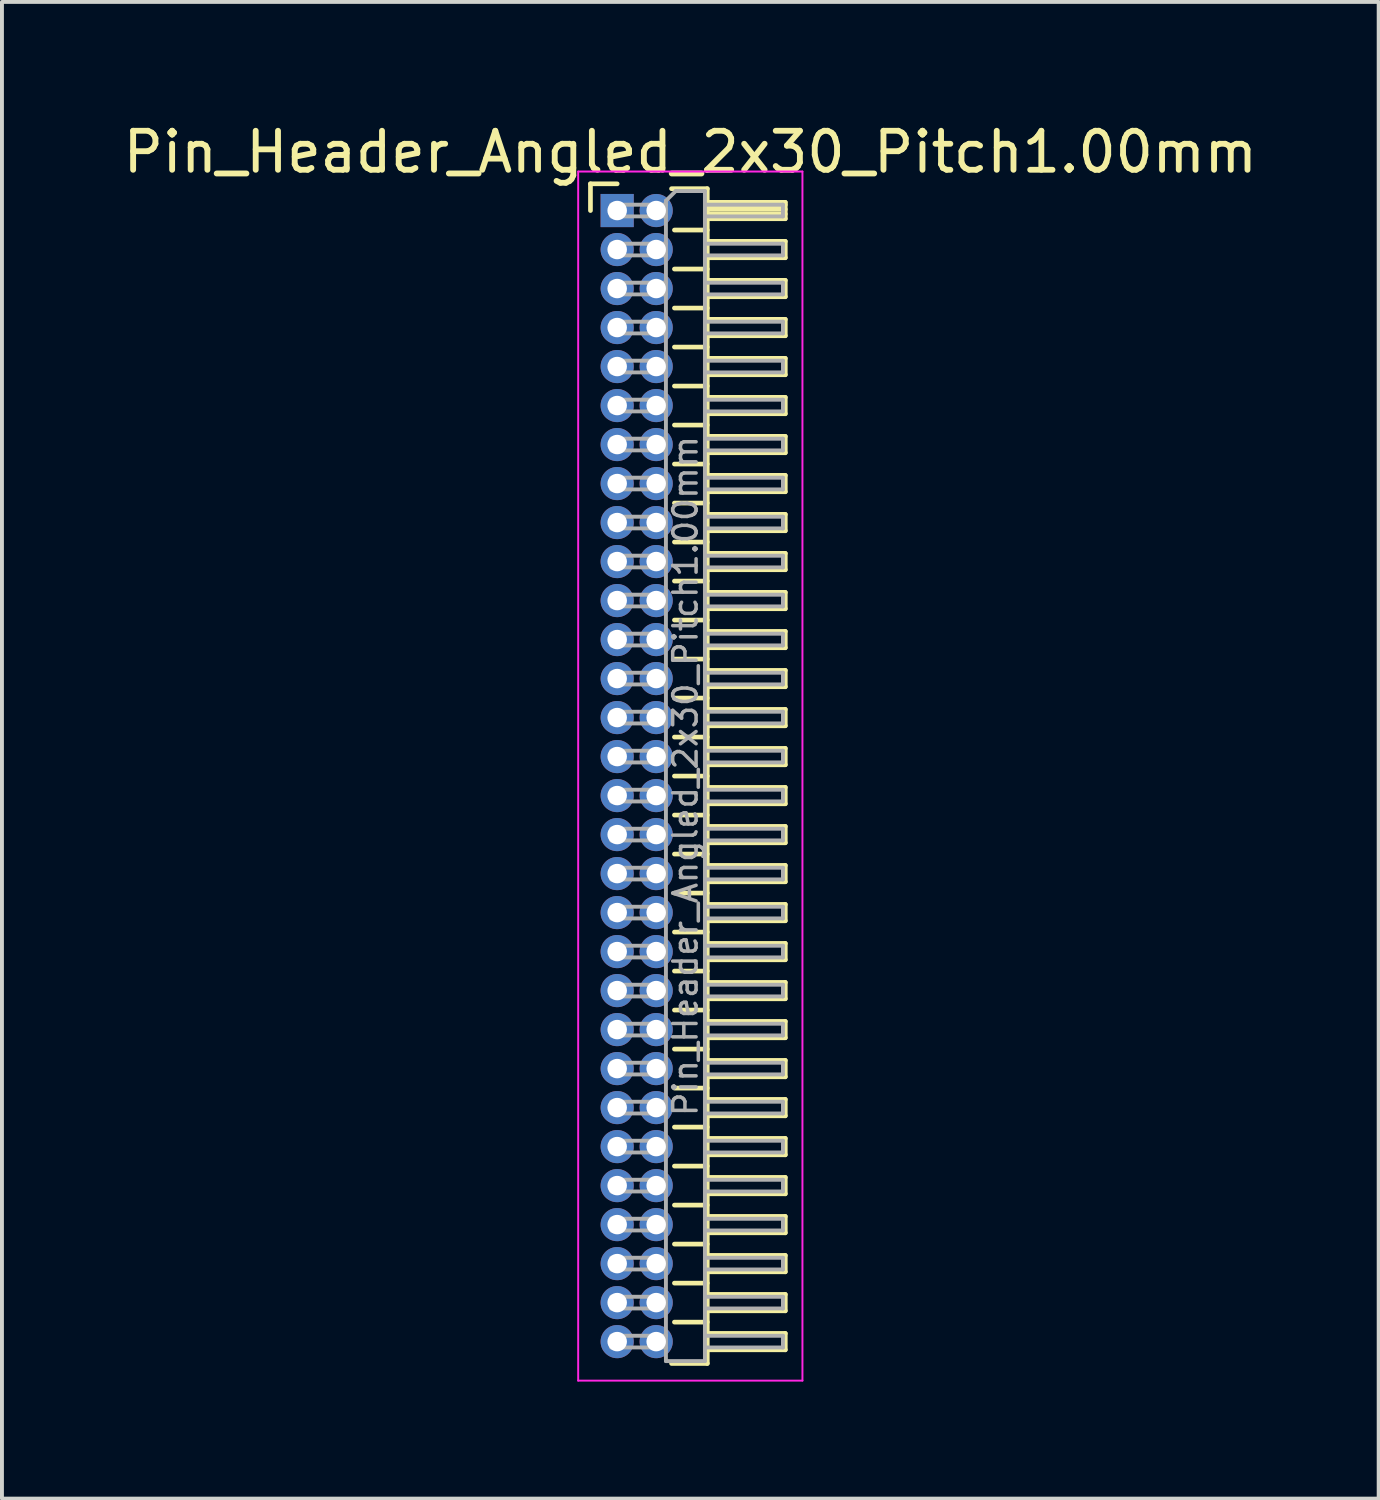
<source format=kicad_pcb>
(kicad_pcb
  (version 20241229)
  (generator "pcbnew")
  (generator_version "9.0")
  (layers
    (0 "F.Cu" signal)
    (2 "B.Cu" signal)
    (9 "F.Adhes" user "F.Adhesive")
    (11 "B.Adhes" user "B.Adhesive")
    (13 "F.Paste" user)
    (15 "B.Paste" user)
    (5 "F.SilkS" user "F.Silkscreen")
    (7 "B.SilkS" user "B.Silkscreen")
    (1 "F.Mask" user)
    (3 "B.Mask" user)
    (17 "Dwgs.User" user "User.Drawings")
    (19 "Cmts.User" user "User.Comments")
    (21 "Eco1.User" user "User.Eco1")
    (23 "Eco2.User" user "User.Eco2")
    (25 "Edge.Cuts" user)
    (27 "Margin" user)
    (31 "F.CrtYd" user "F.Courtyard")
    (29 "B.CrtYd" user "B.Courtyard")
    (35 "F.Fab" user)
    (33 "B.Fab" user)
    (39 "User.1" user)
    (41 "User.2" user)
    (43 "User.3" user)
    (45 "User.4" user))
  (footprint "Pin_Header_Angled_2x30_Pitch1.00mm"
    (layer "F.Cu")
    (at 12.774 2.348)
    (property "Reference" "Pin_Header_Angled_2x30_Pitch1.00mm" (at 1.875 -1.5 0) (layer "F.SilkS") (effects (font (size 1 1) (thickness 0.15))))
    (attr through_hole)
    (fp_line (start -0.685 -0.685) (end 0 -0.685) (stroke (width 0.12) (type solid)) (layer "F.SilkS"))
    (fp_line (start -0.685 0) (end -0.685 -0.685) (stroke (width 0.12) (type solid)) (layer "F.SilkS"))
    (fp_line (start 1.394 -0.56) (end 2.31 -0.56) (stroke (width 0.12) (type solid)) (layer "F.SilkS"))
    (fp_line (start 1.468 0.5) (end 2.31 0.5) (stroke (width 0.12) (type solid)) (layer "F.SilkS"))
    (fp_line (start 1.468 1.5) (end 2.31 1.5) (stroke (width 0.12) (type solid)) (layer "F.SilkS"))
    (fp_line (start 1.468 2.5) (end 2.31 2.5) (stroke (width 0.12) (type solid)) (layer "F.SilkS"))
    (fp_line (start 1.468 3.5) (end 2.31 3.5) (stroke (width 0.12) (type solid)) (layer "F.SilkS"))
    (fp_line (start 1.468 4.5) (end 2.31 4.5) (stroke (width 0.12) (type solid)) (layer "F.SilkS"))
    (fp_line (start 1.468 5.5) (end 2.31 5.5) (stroke (width 0.12) (type solid)) (layer "F.SilkS"))
    (fp_line (start 1.468 6.5) (end 2.31 6.5) (stroke (width 0.12) (type solid)) (layer "F.SilkS"))
    (fp_line (start 1.468 7.5) (end 2.31 7.5) (stroke (width 0.12) (type solid)) (layer "F.SilkS"))
    (fp_line (start 1.468 8.5) (end 2.31 8.5) (stroke (width 0.12) (type solid)) (layer "F.SilkS"))
    (fp_line (start 1.468 9.5) (end 2.31 9.5) (stroke (width 0.12) (type solid)) (layer "F.SilkS"))
    (fp_line (start 1.468 10.5) (end 2.31 10.5) (stroke (width 0.12) (type solid)) (layer "F.SilkS"))
    (fp_line (start 1.468 11.5) (end 2.31 11.5) (stroke (width 0.12) (type solid)) (layer "F.SilkS"))
    (fp_line (start 1.468 12.5) (end 2.31 12.5) (stroke (width 0.12) (type solid)) (layer "F.SilkS"))
    (fp_line (start 1.468 13.5) (end 2.31 13.5) (stroke (width 0.12) (type solid)) (layer "F.SilkS"))
    (fp_line (start 1.468 14.5) (end 2.31 14.5) (stroke (width 0.12) (type solid)) (layer "F.SilkS"))
    (fp_line (start 1.468 15.5) (end 2.31 15.5) (stroke (width 0.12) (type solid)) (layer "F.SilkS"))
    (fp_line (start 1.468 16.5) (end 2.31 16.5) (stroke (width 0.12) (type solid)) (layer "F.SilkS"))
    (fp_line (start 1.468 17.5) (end 2.31 17.5) (stroke (width 0.12) (type solid)) (layer "F.SilkS"))
    (fp_line (start 1.468 18.5) (end 2.31 18.5) (stroke (width 0.12) (type solid)) (layer "F.SilkS"))
    (fp_line (start 1.468 19.5) (end 2.31 19.5) (stroke (width 0.12) (type solid)) (layer "F.SilkS"))
    (fp_line (start 1.468 20.5) (end 2.31 20.5) (stroke (width 0.12) (type solid)) (layer "F.SilkS"))
    (fp_line (start 1.468 21.5) (end 2.31 21.5) (stroke (width 0.12) (type solid)) (layer "F.SilkS"))
    (fp_line (start 1.468 22.5) (end 2.31 22.5) (stroke (width 0.12) (type solid)) (layer "F.SilkS"))
    (fp_line (start 1.468 23.5) (end 2.31 23.5) (stroke (width 0.12) (type solid)) (layer "F.SilkS"))
    (fp_line (start 1.468 24.5) (end 2.31 24.5) (stroke (width 0.12) (type solid)) (layer "F.SilkS"))
    (fp_line (start 1.468 25.5) (end 2.31 25.5) (stroke (width 0.12) (type solid)) (layer "F.SilkS"))
    (fp_line (start 1.468 26.5) (end 2.31 26.5) (stroke (width 0.12) (type solid)) (layer "F.SilkS"))
    (fp_line (start 1.468 27.5) (end 2.31 27.5) (stroke (width 0.12) (type solid)) (layer "F.SilkS"))
    (fp_line (start 1.468 28.5) (end 2.31 28.5) (stroke (width 0.12) (type solid)) (layer "F.SilkS"))
    (fp_line (start 2.31 -0.56) (end 2.31 29.56) (stroke (width 0.12) (type solid)) (layer "F.SilkS"))
    (fp_line (start 2.31 -0.21) (end 4.31 -0.21) (stroke (width 0.12) (type solid)) (layer "F.SilkS"))
    (fp_line (start 2.31 -0.15) (end 4.31 -0.15) (stroke (width 0.12) (type solid)) (layer "F.SilkS"))
    (fp_line (start 2.31 -0.03) (end 4.31 -0.03) (stroke (width 0.12) (type solid)) (layer "F.SilkS"))
    (fp_line (start 2.31 0.09) (end 4.31 0.09) (stroke (width 0.12) (type solid)) (layer "F.SilkS"))
    (fp_line (start 2.31 0.79) (end 4.31 0.79) (stroke (width 0.12) (type solid)) (layer "F.SilkS"))
    (fp_line (start 2.31 1.79) (end 4.31 1.79) (stroke (width 0.12) (type solid)) (layer "F.SilkS"))
    (fp_line (start 2.31 2.79) (end 4.31 2.79) (stroke (width 0.12) (type solid)) (layer "F.SilkS"))
    (fp_line (start 2.31 3.79) (end 4.31 3.79) (stroke (width 0.12) (type solid)) (layer "F.SilkS"))
    (fp_line (start 2.31 4.79) (end 4.31 4.79) (stroke (width 0.12) (type solid)) (layer "F.SilkS"))
    (fp_line (start 2.31 5.79) (end 4.31 5.79) (stroke (width 0.12) (type solid)) (layer "F.SilkS"))
    (fp_line (start 2.31 6.79) (end 4.31 6.79) (stroke (width 0.12) (type solid)) (layer "F.SilkS"))
    (fp_line (start 2.31 7.79) (end 4.31 7.79) (stroke (width 0.12) (type solid)) (layer "F.SilkS"))
    (fp_line (start 2.31 8.79) (end 4.31 8.79) (stroke (width 0.12) (type solid)) (layer "F.SilkS"))
    (fp_line (start 2.31 9.79) (end 4.31 9.79) (stroke (width 0.12) (type solid)) (layer "F.SilkS"))
    (fp_line (start 2.31 10.79) (end 4.31 10.79) (stroke (width 0.12) (type solid)) (layer "F.SilkS"))
    (fp_line (start 2.31 11.79) (end 4.31 11.79) (stroke (width 0.12) (type solid)) (layer "F.SilkS"))
    (fp_line (start 2.31 12.79) (end 4.31 12.79) (stroke (width 0.12) (type solid)) (layer "F.SilkS"))
    (fp_line (start 2.31 13.79) (end 4.31 13.79) (stroke (width 0.12) (type solid)) (layer "F.SilkS"))
    (fp_line (start 2.31 14.79) (end 4.31 14.79) (stroke (width 0.12) (type solid)) (layer "F.SilkS"))
    (fp_line (start 2.31 15.79) (end 4.31 15.79) (stroke (width 0.12) (type solid)) (layer "F.SilkS"))
    (fp_line (start 2.31 16.79) (end 4.31 16.79) (stroke (width 0.12) (type solid)) (layer "F.SilkS"))
    (fp_line (start 2.31 17.79) (end 4.31 17.79) (stroke (width 0.12) (type solid)) (layer "F.SilkS"))
    (fp_line (start 2.31 18.79) (end 4.31 18.79) (stroke (width 0.12) (type solid)) (layer "F.SilkS"))
    (fp_line (start 2.31 19.79) (end 4.31 19.79) (stroke (width 0.12) (type solid)) (layer "F.SilkS"))
    (fp_line (start 2.31 20.79) (end 4.31 20.79) (stroke (width 0.12) (type solid)) (layer "F.SilkS"))
    (fp_line (start 2.31 21.79) (end 4.31 21.79) (stroke (width 0.12) (type solid)) (layer "F.SilkS"))
    (fp_line (start 2.31 22.79) (end 4.31 22.79) (stroke (width 0.12) (type solid)) (layer "F.SilkS"))
    (fp_line (start 2.31 23.79) (end 4.31 23.79) (stroke (width 0.12) (type solid)) (layer "F.SilkS"))
    (fp_line (start 2.31 24.79) (end 4.31 24.79) (stroke (width 0.12) (type solid)) (layer "F.SilkS"))
    (fp_line (start 2.31 25.79) (end 4.31 25.79) (stroke (width 0.12) (type solid)) (layer "F.SilkS"))
    (fp_line (start 2.31 26.79) (end 4.31 26.79) (stroke (width 0.12) (type solid)) (layer "F.SilkS"))
    (fp_line (start 2.31 27.79) (end 4.31 27.79) (stroke (width 0.12) (type solid)) (layer "F.SilkS"))
    (fp_line (start 2.31 28.79) (end 4.31 28.79) (stroke (width 0.12) (type solid)) (layer "F.SilkS"))
    (fp_line (start 2.31 29.56) (end 1.394 29.56) (stroke (width 0.12) (type solid)) (layer "F.SilkS"))
    (fp_line (start 4.31 -0.21) (end 4.31 0.21) (stroke (width 0.12) (type solid)) (layer "F.SilkS"))
    (fp_line (start 4.31 0.21) (end 2.31 0.21) (stroke (width 0.12) (type solid)) (layer "F.SilkS"))
    (fp_line (start 4.31 0.79) (end 4.31 1.21) (stroke (width 0.12) (type solid)) (layer "F.SilkS"))
    (fp_line (start 4.31 1.21) (end 2.31 1.21) (stroke (width 0.12) (type solid)) (layer "F.SilkS"))
    (fp_line (start 4.31 1.79) (end 4.31 2.21) (stroke (width 0.12) (type solid)) (layer "F.SilkS"))
    (fp_line (start 4.31 2.21) (end 2.31 2.21) (stroke (width 0.12) (type solid)) (layer "F.SilkS"))
    (fp_line (start 4.31 2.79) (end 4.31 3.21) (stroke (width 0.12) (type solid)) (layer "F.SilkS"))
    (fp_line (start 4.31 3.21) (end 2.31 3.21) (stroke (width 0.12) (type solid)) (layer "F.SilkS"))
    (fp_line (start 4.31 3.79) (end 4.31 4.21) (stroke (width 0.12) (type solid)) (layer "F.SilkS"))
    (fp_line (start 4.31 4.21) (end 2.31 4.21) (stroke (width 0.12) (type solid)) (layer "F.SilkS"))
    (fp_line (start 4.31 4.79) (end 4.31 5.21) (stroke (width 0.12) (type solid)) (layer "F.SilkS"))
    (fp_line (start 4.31 5.21) (end 2.31 5.21) (stroke (width 0.12) (type solid)) (layer "F.SilkS"))
    (fp_line (start 4.31 5.79) (end 4.31 6.21) (stroke (width 0.12) (type solid)) (layer "F.SilkS"))
    (fp_line (start 4.31 6.21) (end 2.31 6.21) (stroke (width 0.12) (type solid)) (layer "F.SilkS"))
    (fp_line (start 4.31 6.79) (end 4.31 7.21) (stroke (width 0.12) (type solid)) (layer "F.SilkS"))
    (fp_line (start 4.31 7.21) (end 2.31 7.21) (stroke (width 0.12) (type solid)) (layer "F.SilkS"))
    (fp_line (start 4.31 7.79) (end 4.31 8.21) (stroke (width 0.12) (type solid)) (layer "F.SilkS"))
    (fp_line (start 4.31 8.21) (end 2.31 8.21) (stroke (width 0.12) (type solid)) (layer "F.SilkS"))
    (fp_line (start 4.31 8.79) (end 4.31 9.21) (stroke (width 0.12) (type solid)) (layer "F.SilkS"))
    (fp_line (start 4.31 9.21) (end 2.31 9.21) (stroke (width 0.12) (type solid)) (layer "F.SilkS"))
    (fp_line (start 4.31 9.79) (end 4.31 10.21) (stroke (width 0.12) (type solid)) (layer "F.SilkS"))
    (fp_line (start 4.31 10.21) (end 2.31 10.21) (stroke (width 0.12) (type solid)) (layer "F.SilkS"))
    (fp_line (start 4.31 10.79) (end 4.31 11.21) (stroke (width 0.12) (type solid)) (layer "F.SilkS"))
    (fp_line (start 4.31 11.21) (end 2.31 11.21) (stroke (width 0.12) (type solid)) (layer "F.SilkS"))
    (fp_line (start 4.31 11.79) (end 4.31 12.21) (stroke (width 0.12) (type solid)) (layer "F.SilkS"))
    (fp_line (start 4.31 12.21) (end 2.31 12.21) (stroke (width 0.12) (type solid)) (layer "F.SilkS"))
    (fp_line (start 4.31 12.79) (end 4.31 13.21) (stroke (width 0.12) (type solid)) (layer "F.SilkS"))
    (fp_line (start 4.31 13.21) (end 2.31 13.21) (stroke (width 0.12) (type solid)) (layer "F.SilkS"))
    (fp_line (start 4.31 13.79) (end 4.31 14.21) (stroke (width 0.12) (type solid)) (layer "F.SilkS"))
    (fp_line (start 4.31 14.21) (end 2.31 14.21) (stroke (width 0.12) (type solid)) (layer "F.SilkS"))
    (fp_line (start 4.31 14.79) (end 4.31 15.21) (stroke (width 0.12) (type solid)) (layer "F.SilkS"))
    (fp_line (start 4.31 15.21) (end 2.31 15.21) (stroke (width 0.12) (type solid)) (layer "F.SilkS"))
    (fp_line (start 4.31 15.79) (end 4.31 16.21) (stroke (width 0.12) (type solid)) (layer "F.SilkS"))
    (fp_line (start 4.31 16.21) (end 2.31 16.21) (stroke (width 0.12) (type solid)) (layer "F.SilkS"))
    (fp_line (start 4.31 16.79) (end 4.31 17.21) (stroke (width 0.12) (type solid)) (layer "F.SilkS"))
    (fp_line (start 4.31 17.21) (end 2.31 17.21) (stroke (width 0.12) (type solid)) (layer "F.SilkS"))
    (fp_line (start 4.31 17.79) (end 4.31 18.21) (stroke (width 0.12) (type solid)) (layer "F.SilkS"))
    (fp_line (start 4.31 18.21) (end 2.31 18.21) (stroke (width 0.12) (type solid)) (layer "F.SilkS"))
    (fp_line (start 4.31 18.79) (end 4.31 19.21) (stroke (width 0.12) (type solid)) (layer "F.SilkS"))
    (fp_line (start 4.31 19.21) (end 2.31 19.21) (stroke (width 0.12) (type solid)) (layer "F.SilkS"))
    (fp_line (start 4.31 19.79) (end 4.31 20.21) (stroke (width 0.12) (type solid)) (layer "F.SilkS"))
    (fp_line (start 4.31 20.21) (end 2.31 20.21) (stroke (width 0.12) (type solid)) (layer "F.SilkS"))
    (fp_line (start 4.31 20.79) (end 4.31 21.21) (stroke (width 0.12) (type solid)) (layer "F.SilkS"))
    (fp_line (start 4.31 21.21) (end 2.31 21.21) (stroke (width 0.12) (type solid)) (layer "F.SilkS"))
    (fp_line (start 4.31 21.79) (end 4.31 22.21) (stroke (width 0.12) (type solid)) (layer "F.SilkS"))
    (fp_line (start 4.31 22.21) (end 2.31 22.21) (stroke (width 0.12) (type solid)) (layer "F.SilkS"))
    (fp_line (start 4.31 22.79) (end 4.31 23.21) (stroke (width 0.12) (type solid)) (layer "F.SilkS"))
    (fp_line (start 4.31 23.21) (end 2.31 23.21) (stroke (width 0.12) (type solid)) (layer "F.SilkS"))
    (fp_line (start 4.31 23.79) (end 4.31 24.21) (stroke (width 0.12) (type solid)) (layer "F.SilkS"))
    (fp_line (start 4.31 24.21) (end 2.31 24.21) (stroke (width 0.12) (type solid)) (layer "F.SilkS"))
    (fp_line (start 4.31 24.79) (end 4.31 25.21) (stroke (width 0.12) (type solid)) (layer "F.SilkS"))
    (fp_line (start 4.31 25.21) (end 2.31 25.21) (stroke (width 0.12) (type solid)) (layer "F.SilkS"))
    (fp_line (start 4.31 25.79) (end 4.31 26.21) (stroke (width 0.12) (type solid)) (layer "F.SilkS"))
    (fp_line (start 4.31 26.21) (end 2.31 26.21) (stroke (width 0.12) (type solid)) (layer "F.SilkS"))
    (fp_line (start 4.31 26.79) (end 4.31 27.21) (stroke (width 0.12) (type solid)) (layer "F.SilkS"))
    (fp_line (start 4.31 27.21) (end 2.31 27.21) (stroke (width 0.12) (type solid)) (layer "F.SilkS"))
    (fp_line (start 4.31 27.79) (end 4.31 28.21) (stroke (width 0.12) (type solid)) (layer "F.SilkS"))
    (fp_line (start 4.31 28.21) (end 2.31 28.21) (stroke (width 0.12) (type solid)) (layer "F.SilkS"))
    (fp_line (start 4.31 28.79) (end 4.31 29.21) (stroke (width 0.12) (type solid)) (layer "F.SilkS"))
    (fp_line (start 4.31 29.21) (end 2.31 29.21) (stroke (width 0.12) (type solid)) (layer "F.SilkS"))
    (fp_line (start -1 -1) (end -1 30) (stroke (width 0.05) (type solid)) (layer "F.CrtYd"))
    (fp_line (start -1 30) (end 4.75 30) (stroke (width 0.05) (type solid)) (layer "F.CrtYd"))
    (fp_line (start 4.75 -1) (end -1 -1) (stroke (width 0.05) (type solid)) (layer "F.CrtYd"))
    (fp_line (start 4.75 30) (end 4.75 -1) (stroke (width 0.05) (type solid)) (layer "F.CrtYd"))
    (fp_line (start -0.15 -0.15) (end -0.15 0.15) (stroke (width 0.1) (type solid)) (layer "F.Fab"))
    (fp_line (start -0.15 -0.15) (end 1.25 -0.15) (stroke (width 0.1) (type solid)) (layer "F.Fab"))
    (fp_line (start -0.15 0.15) (end 1.25 0.15) (stroke (width 0.1) (type solid)) (layer "F.Fab"))
    (fp_line (start -0.15 0.85) (end -0.15 1.15) (stroke (width 0.1) (type solid)) (layer "F.Fab"))
    (fp_line (start -0.15 0.85) (end 1.25 0.85) (stroke (width 0.1) (type solid)) (layer "F.Fab"))
    (fp_line (start -0.15 1.15) (end 1.25 1.15) (stroke (width 0.1) (type solid)) (layer "F.Fab"))
    (fp_line (start -0.15 1.85) (end -0.15 2.15) (stroke (width 0.1) (type solid)) (layer "F.Fab"))
    (fp_line (start -0.15 1.85) (end 1.25 1.85) (stroke (width 0.1) (type solid)) (layer "F.Fab"))
    (fp_line (start -0.15 2.15) (end 1.25 2.15) (stroke (width 0.1) (type solid)) (layer "F.Fab"))
    (fp_line (start -0.15 2.85) (end -0.15 3.15) (stroke (width 0.1) (type solid)) (layer "F.Fab"))
    (fp_line (start -0.15 2.85) (end 1.25 2.85) (stroke (width 0.1) (type solid)) (layer "F.Fab"))
    (fp_line (start -0.15 3.15) (end 1.25 3.15) (stroke (width 0.1) (type solid)) (layer "F.Fab"))
    (fp_line (start -0.15 3.85) (end -0.15 4.15) (stroke (width 0.1) (type solid)) (layer "F.Fab"))
    (fp_line (start -0.15 3.85) (end 1.25 3.85) (stroke (width 0.1) (type solid)) (layer "F.Fab"))
    (fp_line (start -0.15 4.15) (end 1.25 4.15) (stroke (width 0.1) (type solid)) (layer "F.Fab"))
    (fp_line (start -0.15 4.85) (end -0.15 5.15) (stroke (width 0.1) (type solid)) (layer "F.Fab"))
    (fp_line (start -0.15 4.85) (end 1.25 4.85) (stroke (width 0.1) (type solid)) (layer "F.Fab"))
    (fp_line (start -0.15 5.15) (end 1.25 5.15) (stroke (width 0.1) (type solid)) (layer "F.Fab"))
    (fp_line (start -0.15 5.85) (end -0.15 6.15) (stroke (width 0.1) (type solid)) (layer "F.Fab"))
    (fp_line (start -0.15 5.85) (end 1.25 5.85) (stroke (width 0.1) (type solid)) (layer "F.Fab"))
    (fp_line (start -0.15 6.15) (end 1.25 6.15) (stroke (width 0.1) (type solid)) (layer "F.Fab"))
    (fp_line (start -0.15 6.85) (end -0.15 7.15) (stroke (width 0.1) (type solid)) (layer "F.Fab"))
    (fp_line (start -0.15 6.85) (end 1.25 6.85) (stroke (width 0.1) (type solid)) (layer "F.Fab"))
    (fp_line (start -0.15 7.15) (end 1.25 7.15) (stroke (width 0.1) (type solid)) (layer "F.Fab"))
    (fp_line (start -0.15 7.85) (end -0.15 8.15) (stroke (width 0.1) (type solid)) (layer "F.Fab"))
    (fp_line (start -0.15 7.85) (end 1.25 7.85) (stroke (width 0.1) (type solid)) (layer "F.Fab"))
    (fp_line (start -0.15 8.15) (end 1.25 8.15) (stroke (width 0.1) (type solid)) (layer "F.Fab"))
    (fp_line (start -0.15 8.85) (end -0.15 9.15) (stroke (width 0.1) (type solid)) (layer "F.Fab"))
    (fp_line (start -0.15 8.85) (end 1.25 8.85) (stroke (width 0.1) (type solid)) (layer "F.Fab"))
    (fp_line (start -0.15 9.15) (end 1.25 9.15) (stroke (width 0.1) (type solid)) (layer "F.Fab"))
    (fp_line (start -0.15 9.85) (end -0.15 10.15) (stroke (width 0.1) (type solid)) (layer "F.Fab"))
    (fp_line (start -0.15 9.85) (end 1.25 9.85) (stroke (width 0.1) (type solid)) (layer "F.Fab"))
    (fp_line (start -0.15 10.15) (end 1.25 10.15) (stroke (width 0.1) (type solid)) (layer "F.Fab"))
    (fp_line (start -0.15 10.85) (end -0.15 11.15) (stroke (width 0.1) (type solid)) (layer "F.Fab"))
    (fp_line (start -0.15 10.85) (end 1.25 10.85) (stroke (width 0.1) (type solid)) (layer "F.Fab"))
    (fp_line (start -0.15 11.15) (end 1.25 11.15) (stroke (width 0.1) (type solid)) (layer "F.Fab"))
    (fp_line (start -0.15 11.85) (end -0.15 12.15) (stroke (width 0.1) (type solid)) (layer "F.Fab"))
    (fp_line (start -0.15 11.85) (end 1.25 11.85) (stroke (width 0.1) (type solid)) (layer "F.Fab"))
    (fp_line (start -0.15 12.15) (end 1.25 12.15) (stroke (width 0.1) (type solid)) (layer "F.Fab"))
    (fp_line (start -0.15 12.85) (end -0.15 13.15) (stroke (width 0.1) (type solid)) (layer "F.Fab"))
    (fp_line (start -0.15 12.85) (end 1.25 12.85) (stroke (width 0.1) (type solid)) (layer "F.Fab"))
    (fp_line (start -0.15 13.15) (end 1.25 13.15) (stroke (width 0.1) (type solid)) (layer "F.Fab"))
    (fp_line (start -0.15 13.85) (end -0.15 14.15) (stroke (width 0.1) (type solid)) (layer "F.Fab"))
    (fp_line (start -0.15 13.85) (end 1.25 13.85) (stroke (width 0.1) (type solid)) (layer "F.Fab"))
    (fp_line (start -0.15 14.15) (end 1.25 14.15) (stroke (width 0.1) (type solid)) (layer "F.Fab"))
    (fp_line (start -0.15 14.85) (end -0.15 15.15) (stroke (width 0.1) (type solid)) (layer "F.Fab"))
    (fp_line (start -0.15 14.85) (end 1.25 14.85) (stroke (width 0.1) (type solid)) (layer "F.Fab"))
    (fp_line (start -0.15 15.15) (end 1.25 15.15) (stroke (width 0.1) (type solid)) (layer "F.Fab"))
    (fp_line (start -0.15 15.85) (end -0.15 16.15) (stroke (width 0.1) (type solid)) (layer "F.Fab"))
    (fp_line (start -0.15 15.85) (end 1.25 15.85) (stroke (width 0.1) (type solid)) (layer "F.Fab"))
    (fp_line (start -0.15 16.15) (end 1.25 16.15) (stroke (width 0.1) (type solid)) (layer "F.Fab"))
    (fp_line (start -0.15 16.85) (end -0.15 17.15) (stroke (width 0.1) (type solid)) (layer "F.Fab"))
    (fp_line (start -0.15 16.85) (end 1.25 16.85) (stroke (width 0.1) (type solid)) (layer "F.Fab"))
    (fp_line (start -0.15 17.15) (end 1.25 17.15) (stroke (width 0.1) (type solid)) (layer "F.Fab"))
    (fp_line (start -0.15 17.85) (end -0.15 18.15) (stroke (width 0.1) (type solid)) (layer "F.Fab"))
    (fp_line (start -0.15 17.85) (end 1.25 17.85) (stroke (width 0.1) (type solid)) (layer "F.Fab"))
    (fp_line (start -0.15 18.15) (end 1.25 18.15) (stroke (width 0.1) (type solid)) (layer "F.Fab"))
    (fp_line (start -0.15 18.85) (end -0.15 19.15) (stroke (width 0.1) (type solid)) (layer "F.Fab"))
    (fp_line (start -0.15 18.85) (end 1.25 18.85) (stroke (width 0.1) (type solid)) (layer "F.Fab"))
    (fp_line (start -0.15 19.15) (end 1.25 19.15) (stroke (width 0.1) (type solid)) (layer "F.Fab"))
    (fp_line (start -0.15 19.85) (end -0.15 20.15) (stroke (width 0.1) (type solid)) (layer "F.Fab"))
    (fp_line (start -0.15 19.85) (end 1.25 19.85) (stroke (width 0.1) (type solid)) (layer "F.Fab"))
    (fp_line (start -0.15 20.15) (end 1.25 20.15) (stroke (width 0.1) (type solid)) (layer "F.Fab"))
    (fp_line (start -0.15 20.85) (end -0.15 21.15) (stroke (width 0.1) (type solid)) (layer "F.Fab"))
    (fp_line (start -0.15 20.85) (end 1.25 20.85) (stroke (width 0.1) (type solid)) (layer "F.Fab"))
    (fp_line (start -0.15 21.15) (end 1.25 21.15) (stroke (width 0.1) (type solid)) (layer "F.Fab"))
    (fp_line (start -0.15 21.85) (end -0.15 22.15) (stroke (width 0.1) (type solid)) (layer "F.Fab"))
    (fp_line (start -0.15 21.85) (end 1.25 21.85) (stroke (width 0.1) (type solid)) (layer "F.Fab"))
    (fp_line (start -0.15 22.15) (end 1.25 22.15) (stroke (width 0.1) (type solid)) (layer "F.Fab"))
    (fp_line (start -0.15 22.85) (end -0.15 23.15) (stroke (width 0.1) (type solid)) (layer "F.Fab"))
    (fp_line (start -0.15 22.85) (end 1.25 22.85) (stroke (width 0.1) (type solid)) (layer "F.Fab"))
    (fp_line (start -0.15 23.15) (end 1.25 23.15) (stroke (width 0.1) (type solid)) (layer "F.Fab"))
    (fp_line (start -0.15 23.85) (end -0.15 24.15) (stroke (width 0.1) (type solid)) (layer "F.Fab"))
    (fp_line (start -0.15 23.85) (end 1.25 23.85) (stroke (width 0.1) (type solid)) (layer "F.Fab"))
    (fp_line (start -0.15 24.15) (end 1.25 24.15) (stroke (width 0.1) (type solid)) (layer "F.Fab"))
    (fp_line (start -0.15 24.85) (end -0.15 25.15) (stroke (width 0.1) (type solid)) (layer "F.Fab"))
    (fp_line (start -0.15 24.85) (end 1.25 24.85) (stroke (width 0.1) (type solid)) (layer "F.Fab"))
    (fp_line (start -0.15 25.15) (end 1.25 25.15) (stroke (width 0.1) (type solid)) (layer "F.Fab"))
    (fp_line (start -0.15 25.85) (end -0.15 26.15) (stroke (width 0.1) (type solid)) (layer "F.Fab"))
    (fp_line (start -0.15 25.85) (end 1.25 25.85) (stroke (width 0.1) (type solid)) (layer "F.Fab"))
    (fp_line (start -0.15 26.15) (end 1.25 26.15) (stroke (width 0.1) (type solid)) (layer "F.Fab"))
    (fp_line (start -0.15 26.85) (end -0.15 27.15) (stroke (width 0.1) (type solid)) (layer "F.Fab"))
    (fp_line (start -0.15 26.85) (end 1.25 26.85) (stroke (width 0.1) (type solid)) (layer "F.Fab"))
    (fp_line (start -0.15 27.15) (end 1.25 27.15) (stroke (width 0.1) (type solid)) (layer "F.Fab"))
    (fp_line (start -0.15 27.85) (end -0.15 28.15) (stroke (width 0.1) (type solid)) (layer "F.Fab"))
    (fp_line (start -0.15 27.85) (end 1.25 27.85) (stroke (width 0.1) (type solid)) (layer "F.Fab"))
    (fp_line (start -0.15 28.15) (end 1.25 28.15) (stroke (width 0.1) (type solid)) (layer "F.Fab"))
    (fp_line (start -0.15 28.85) (end -0.15 29.15) (stroke (width 0.1) (type solid)) (layer "F.Fab"))
    (fp_line (start -0.15 28.85) (end 1.25 28.85) (stroke (width 0.1) (type solid)) (layer "F.Fab"))
    (fp_line (start -0.15 29.15) (end 1.25 29.15) (stroke (width 0.1) (type solid)) (layer "F.Fab"))
    (fp_line (start 1.25 -0.25) (end 1.5 -0.5) (stroke (width 0.1) (type solid)) (layer "F.Fab"))
    (fp_line (start 1.25 29.5) (end 1.25 -0.25) (stroke (width 0.1) (type solid)) (layer "F.Fab"))
    (fp_line (start 1.5 -0.5) (end 2.25 -0.5) (stroke (width 0.1) (type solid)) (layer "F.Fab"))
    (fp_line (start 2.25 -0.5) (end 2.25 29.5) (stroke (width 0.1) (type solid)) (layer "F.Fab"))
    (fp_line (start 2.25 -0.15) (end 4.25 -0.15) (stroke (width 0.1) (type solid)) (layer "F.Fab"))
    (fp_line (start 2.25 0.15) (end 4.25 0.15) (stroke (width 0.1) (type solid)) (layer "F.Fab"))
    (fp_line (start 2.25 0.85) (end 4.25 0.85) (stroke (width 0.1) (type solid)) (layer "F.Fab"))
    (fp_line (start 2.25 1.15) (end 4.25 1.15) (stroke (width 0.1) (type solid)) (layer "F.Fab"))
    (fp_line (start 2.25 1.85) (end 4.25 1.85) (stroke (width 0.1) (type solid)) (layer "F.Fab"))
    (fp_line (start 2.25 2.15) (end 4.25 2.15) (stroke (width 0.1) (type solid)) (layer "F.Fab"))
    (fp_line (start 2.25 2.85) (end 4.25 2.85) (stroke (width 0.1) (type solid)) (layer "F.Fab"))
    (fp_line (start 2.25 3.15) (end 4.25 3.15) (stroke (width 0.1) (type solid)) (layer "F.Fab"))
    (fp_line (start 2.25 3.85) (end 4.25 3.85) (stroke (width 0.1) (type solid)) (layer "F.Fab"))
    (fp_line (start 2.25 4.15) (end 4.25 4.15) (stroke (width 0.1) (type solid)) (layer "F.Fab"))
    (fp_line (start 2.25 4.85) (end 4.25 4.85) (stroke (width 0.1) (type solid)) (layer "F.Fab"))
    (fp_line (start 2.25 5.15) (end 4.25 5.15) (stroke (width 0.1) (type solid)) (layer "F.Fab"))
    (fp_line (start 2.25 5.85) (end 4.25 5.85) (stroke (width 0.1) (type solid)) (layer "F.Fab"))
    (fp_line (start 2.25 6.15) (end 4.25 6.15) (stroke (width 0.1) (type solid)) (layer "F.Fab"))
    (fp_line (start 2.25 6.85) (end 4.25 6.85) (stroke (width 0.1) (type solid)) (layer "F.Fab"))
    (fp_line (start 2.25 7.15) (end 4.25 7.15) (stroke (width 0.1) (type solid)) (layer "F.Fab"))
    (fp_line (start 2.25 7.85) (end 4.25 7.85) (stroke (width 0.1) (type solid)) (layer "F.Fab"))
    (fp_line (start 2.25 8.15) (end 4.25 8.15) (stroke (width 0.1) (type solid)) (layer "F.Fab"))
    (fp_line (start 2.25 8.85) (end 4.25 8.85) (stroke (width 0.1) (type solid)) (layer "F.Fab"))
    (fp_line (start 2.25 9.15) (end 4.25 9.15) (stroke (width 0.1) (type solid)) (layer "F.Fab"))
    (fp_line (start 2.25 9.85) (end 4.25 9.85) (stroke (width 0.1) (type solid)) (layer "F.Fab"))
    (fp_line (start 2.25 10.15) (end 4.25 10.15) (stroke (width 0.1) (type solid)) (layer "F.Fab"))
    (fp_line (start 2.25 10.85) (end 4.25 10.85) (stroke (width 0.1) (type solid)) (layer "F.Fab"))
    (fp_line (start 2.25 11.15) (end 4.25 11.15) (stroke (width 0.1) (type solid)) (layer "F.Fab"))
    (fp_line (start 2.25 11.85) (end 4.25 11.85) (stroke (width 0.1) (type solid)) (layer "F.Fab"))
    (fp_line (start 2.25 12.15) (end 4.25 12.15) (stroke (width 0.1) (type solid)) (layer "F.Fab"))
    (fp_line (start 2.25 12.85) (end 4.25 12.85) (stroke (width 0.1) (type solid)) (layer "F.Fab"))
    (fp_line (start 2.25 13.15) (end 4.25 13.15) (stroke (width 0.1) (type solid)) (layer "F.Fab"))
    (fp_line (start 2.25 13.85) (end 4.25 13.85) (stroke (width 0.1) (type solid)) (layer "F.Fab"))
    (fp_line (start 2.25 14.15) (end 4.25 14.15) (stroke (width 0.1) (type solid)) (layer "F.Fab"))
    (fp_line (start 2.25 14.85) (end 4.25 14.85) (stroke (width 0.1) (type solid)) (layer "F.Fab"))
    (fp_line (start 2.25 15.15) (end 4.25 15.15) (stroke (width 0.1) (type solid)) (layer "F.Fab"))
    (fp_line (start 2.25 15.85) (end 4.25 15.85) (stroke (width 0.1) (type solid)) (layer "F.Fab"))
    (fp_line (start 2.25 16.15) (end 4.25 16.15) (stroke (width 0.1) (type solid)) (layer "F.Fab"))
    (fp_line (start 2.25 16.85) (end 4.25 16.85) (stroke (width 0.1) (type solid)) (layer "F.Fab"))
    (fp_line (start 2.25 17.15) (end 4.25 17.15) (stroke (width 0.1) (type solid)) (layer "F.Fab"))
    (fp_line (start 2.25 17.85) (end 4.25 17.85) (stroke (width 0.1) (type solid)) (layer "F.Fab"))
    (fp_line (start 2.25 18.15) (end 4.25 18.15) (stroke (width 0.1) (type solid)) (layer "F.Fab"))
    (fp_line (start 2.25 18.85) (end 4.25 18.85) (stroke (width 0.1) (type solid)) (layer "F.Fab"))
    (fp_line (start 2.25 19.15) (end 4.25 19.15) (stroke (width 0.1) (type solid)) (layer "F.Fab"))
    (fp_line (start 2.25 19.85) (end 4.25 19.85) (stroke (width 0.1) (type solid)) (layer "F.Fab"))
    (fp_line (start 2.25 20.15) (end 4.25 20.15) (stroke (width 0.1) (type solid)) (layer "F.Fab"))
    (fp_line (start 2.25 20.85) (end 4.25 20.85) (stroke (width 0.1) (type solid)) (layer "F.Fab"))
    (fp_line (start 2.25 21.15) (end 4.25 21.15) (stroke (width 0.1) (type solid)) (layer "F.Fab"))
    (fp_line (start 2.25 21.85) (end 4.25 21.85) (stroke (width 0.1) (type solid)) (layer "F.Fab"))
    (fp_line (start 2.25 22.15) (end 4.25 22.15) (stroke (width 0.1) (type solid)) (layer "F.Fab"))
    (fp_line (start 2.25 22.85) (end 4.25 22.85) (stroke (width 0.1) (type solid)) (layer "F.Fab"))
    (fp_line (start 2.25 23.15) (end 4.25 23.15) (stroke (width 0.1) (type solid)) (layer "F.Fab"))
    (fp_line (start 2.25 23.85) (end 4.25 23.85) (stroke (width 0.1) (type solid)) (layer "F.Fab"))
    (fp_line (start 2.25 24.15) (end 4.25 24.15) (stroke (width 0.1) (type solid)) (layer "F.Fab"))
    (fp_line (start 2.25 24.85) (end 4.25 24.85) (stroke (width 0.1) (type solid)) (layer "F.Fab"))
    (fp_line (start 2.25 25.15) (end 4.25 25.15) (stroke (width 0.1) (type solid)) (layer "F.Fab"))
    (fp_line (start 2.25 25.85) (end 4.25 25.85) (stroke (width 0.1) (type solid)) (layer "F.Fab"))
    (fp_line (start 2.25 26.15) (end 4.25 26.15) (stroke (width 0.1) (type solid)) (layer "F.Fab"))
    (fp_line (start 2.25 26.85) (end 4.25 26.85) (stroke (width 0.1) (type solid)) (layer "F.Fab"))
    (fp_line (start 2.25 27.15) (end 4.25 27.15) (stroke (width 0.1) (type solid)) (layer "F.Fab"))
    (fp_line (start 2.25 27.85) (end 4.25 27.85) (stroke (width 0.1) (type solid)) (layer "F.Fab"))
    (fp_line (start 2.25 28.15) (end 4.25 28.15) (stroke (width 0.1) (type solid)) (layer "F.Fab"))
    (fp_line (start 2.25 28.85) (end 4.25 28.85) (stroke (width 0.1) (type solid)) (layer "F.Fab"))
    (fp_line (start 2.25 29.15) (end 4.25 29.15) (stroke (width 0.1) (type solid)) (layer "F.Fab"))
    (fp_line (start 2.25 29.5) (end 1.25 29.5) (stroke (width 0.1) (type solid)) (layer "F.Fab"))
    (fp_line (start 4.25 -0.15) (end 4.25 0.15) (stroke (width 0.1) (type solid)) (layer "F.Fab"))
    (fp_line (start 4.25 0.85) (end 4.25 1.15) (stroke (width 0.1) (type solid)) (layer "F.Fab"))
    (fp_line (start 4.25 1.85) (end 4.25 2.15) (stroke (width 0.1) (type solid)) (layer "F.Fab"))
    (fp_line (start 4.25 2.85) (end 4.25 3.15) (stroke (width 0.1) (type solid)) (layer "F.Fab"))
    (fp_line (start 4.25 3.85) (end 4.25 4.15) (stroke (width 0.1) (type solid)) (layer "F.Fab"))
    (fp_line (start 4.25 4.85) (end 4.25 5.15) (stroke (width 0.1) (type solid)) (layer "F.Fab"))
    (fp_line (start 4.25 5.85) (end 4.25 6.15) (stroke (width 0.1) (type solid)) (layer "F.Fab"))
    (fp_line (start 4.25 6.85) (end 4.25 7.15) (stroke (width 0.1) (type solid)) (layer "F.Fab"))
    (fp_line (start 4.25 7.85) (end 4.25 8.15) (stroke (width 0.1) (type solid)) (layer "F.Fab"))
    (fp_line (start 4.25 8.85) (end 4.25 9.15) (stroke (width 0.1) (type solid)) (layer "F.Fab"))
    (fp_line (start 4.25 9.85) (end 4.25 10.15) (stroke (width 0.1) (type solid)) (layer "F.Fab"))
    (fp_line (start 4.25 10.85) (end 4.25 11.15) (stroke (width 0.1) (type solid)) (layer "F.Fab"))
    (fp_line (start 4.25 11.85) (end 4.25 12.15) (stroke (width 0.1) (type solid)) (layer "F.Fab"))
    (fp_line (start 4.25 12.85) (end 4.25 13.15) (stroke (width 0.1) (type solid)) (layer "F.Fab"))
    (fp_line (start 4.25 13.85) (end 4.25 14.15) (stroke (width 0.1) (type solid)) (layer "F.Fab"))
    (fp_line (start 4.25 14.85) (end 4.25 15.15) (stroke (width 0.1) (type solid)) (layer "F.Fab"))
    (fp_line (start 4.25 15.85) (end 4.25 16.15) (stroke (width 0.1) (type solid)) (layer "F.Fab"))
    (fp_line (start 4.25 16.85) (end 4.25 17.15) (stroke (width 0.1) (type solid)) (layer "F.Fab"))
    (fp_line (start 4.25 17.85) (end 4.25 18.15) (stroke (width 0.1) (type solid)) (layer "F.Fab"))
    (fp_line (start 4.25 18.85) (end 4.25 19.15) (stroke (width 0.1) (type solid)) (layer "F.Fab"))
    (fp_line (start 4.25 19.85) (end 4.25 20.15) (stroke (width 0.1) (type solid)) (layer "F.Fab"))
    (fp_line (start 4.25 20.85) (end 4.25 21.15) (stroke (width 0.1) (type solid)) (layer "F.Fab"))
    (fp_line (start 4.25 21.85) (end 4.25 22.15) (stroke (width 0.1) (type solid)) (layer "F.Fab"))
    (fp_line (start 4.25 22.85) (end 4.25 23.15) (stroke (width 0.1) (type solid)) (layer "F.Fab"))
    (fp_line (start 4.25 23.85) (end 4.25 24.15) (stroke (width 0.1) (type solid)) (layer "F.Fab"))
    (fp_line (start 4.25 24.85) (end 4.25 25.15) (stroke (width 0.1) (type solid)) (layer "F.Fab"))
    (fp_line (start 4.25 25.85) (end 4.25 26.15) (stroke (width 0.1) (type solid)) (layer "F.Fab"))
    (fp_line (start 4.25 26.85) (end 4.25 27.15) (stroke (width 0.1) (type solid)) (layer "F.Fab"))
    (fp_line (start 4.25 27.85) (end 4.25 28.15) (stroke (width 0.1) (type solid)) (layer "F.Fab"))
    (fp_line (start 4.25 28.85) (end 4.25 29.15) (stroke (width 0.1) (type solid)) (layer "F.Fab"))
    (fp_text user "${REFERENCE}" (at 1.75 14.5 90) (layer "F.Fab") (effects (font (size 0.6 0.6) (thickness 0.09))))
    (pad "1" thru_hole rect (at 0 0) (size 0.85 0.85) (drill 0.5) (layers "*.Cu" "*.Mask"))
    (pad "2" thru_hole oval (at 1 0) (size 0.85 0.85) (drill 0.5) (layers "*.Cu" "*.Mask"))
    (pad "3" thru_hole oval (at 0 1) (size 0.85 0.85) (drill 0.5) (layers "*.Cu" "*.Mask"))
    (pad "4" thru_hole oval (at 1 1) (size 0.85 0.85) (drill 0.5) (layers "*.Cu" "*.Mask"))
    (pad "5" thru_hole oval (at 0 2) (size 0.85 0.85) (drill 0.5) (layers "*.Cu" "*.Mask"))
    (pad "6" thru_hole oval (at 1 2) (size 0.85 0.85) (drill 0.5) (layers "*.Cu" "*.Mask"))
    (pad "7" thru_hole oval (at 0 3) (size 0.85 0.85) (drill 0.5) (layers "*.Cu" "*.Mask"))
    (pad "8" thru_hole oval (at 1 3) (size 0.85 0.85) (drill 0.5) (layers "*.Cu" "*.Mask"))
    (pad "9" thru_hole oval (at 0 4) (size 0.85 0.85) (drill 0.5) (layers "*.Cu" "*.Mask"))
    (pad "10" thru_hole oval (at 1 4) (size 0.85 0.85) (drill 0.5) (layers "*.Cu" "*.Mask"))
    (pad "11" thru_hole oval (at 0 5) (size 0.85 0.85) (drill 0.5) (layers "*.Cu" "*.Mask"))
    (pad "12" thru_hole oval (at 1 5) (size 0.85 0.85) (drill 0.5) (layers "*.Cu" "*.Mask"))
    (pad "13" thru_hole oval (at 0 6) (size 0.85 0.85) (drill 0.5) (layers "*.Cu" "*.Mask"))
    (pad "14" thru_hole oval (at 1 6) (size 0.85 0.85) (drill 0.5) (layers "*.Cu" "*.Mask"))
    (pad "15" thru_hole oval (at 0 7) (size 0.85 0.85) (drill 0.5) (layers "*.Cu" "*.Mask"))
    (pad "16" thru_hole oval (at 1 7) (size 0.85 0.85) (drill 0.5) (layers "*.Cu" "*.Mask"))
    (pad "17" thru_hole oval (at 0 8) (size 0.85 0.85) (drill 0.5) (layers "*.Cu" "*.Mask"))
    (pad "18" thru_hole oval (at 1 8) (size 0.85 0.85) (drill 0.5) (layers "*.Cu" "*.Mask"))
    (pad "19" thru_hole oval (at 0 9) (size 0.85 0.85) (drill 0.5) (layers "*.Cu" "*.Mask"))
    (pad "20" thru_hole oval (at 1 9) (size 0.85 0.85) (drill 0.5) (layers "*.Cu" "*.Mask"))
    (pad "21" thru_hole oval (at 0 10) (size 0.85 0.85) (drill 0.5) (layers "*.Cu" "*.Mask"))
    (pad "22" thru_hole oval (at 1 10) (size 0.85 0.85) (drill 0.5) (layers "*.Cu" "*.Mask"))
    (pad "23" thru_hole oval (at 0 11) (size 0.85 0.85) (drill 0.5) (layers "*.Cu" "*.Mask"))
    (pad "24" thru_hole oval (at 1 11) (size 0.85 0.85) (drill 0.5) (layers "*.Cu" "*.Mask"))
    (pad "25" thru_hole oval (at 0 12) (size 0.85 0.85) (drill 0.5) (layers "*.Cu" "*.Mask"))
    (pad "26" thru_hole oval (at 1 12) (size 0.85 0.85) (drill 0.5) (layers "*.Cu" "*.Mask"))
    (pad "27" thru_hole oval (at 0 13) (size 0.85 0.85) (drill 0.5) (layers "*.Cu" "*.Mask"))
    (pad "28" thru_hole oval (at 1 13) (size 0.85 0.85) (drill 0.5) (layers "*.Cu" "*.Mask"))
    (pad "29" thru_hole oval (at 0 14) (size 0.85 0.85) (drill 0.5) (layers "*.Cu" "*.Mask"))
    (pad "30" thru_hole oval (at 1 14) (size 0.85 0.85) (drill 0.5) (layers "*.Cu" "*.Mask"))
    (pad "31" thru_hole oval (at 0 15) (size 0.85 0.85) (drill 0.5) (layers "*.Cu" "*.Mask"))
    (pad "32" thru_hole oval (at 1 15) (size 0.85 0.85) (drill 0.5) (layers "*.Cu" "*.Mask"))
    (pad "33" thru_hole oval (at 0 16) (size 0.85 0.85) (drill 0.5) (layers "*.Cu" "*.Mask"))
    (pad "34" thru_hole oval (at 1 16) (size 0.85 0.85) (drill 0.5) (layers "*.Cu" "*.Mask"))
    (pad "35" thru_hole oval (at 0 17) (size 0.85 0.85) (drill 0.5) (layers "*.Cu" "*.Mask"))
    (pad "36" thru_hole oval (at 1 17) (size 0.85 0.85) (drill 0.5) (layers "*.Cu" "*.Mask"))
    (pad "37" thru_hole oval (at 0 18) (size 0.85 0.85) (drill 0.5) (layers "*.Cu" "*.Mask"))
    (pad "38" thru_hole oval (at 1 18) (size 0.85 0.85) (drill 0.5) (layers "*.Cu" "*.Mask"))
    (pad "39" thru_hole oval (at 0 19) (size 0.85 0.85) (drill 0.5) (layers "*.Cu" "*.Mask"))
    (pad "40" thru_hole oval (at 1 19) (size 0.85 0.85) (drill 0.5) (layers "*.Cu" "*.Mask"))
    (pad "41" thru_hole oval (at 0 20) (size 0.85 0.85) (drill 0.5) (layers "*.Cu" "*.Mask"))
    (pad "42" thru_hole oval (at 1 20) (size 0.85 0.85) (drill 0.5) (layers "*.Cu" "*.Mask"))
    (pad "43" thru_hole oval (at 0 21) (size 0.85 0.85) (drill 0.5) (layers "*.Cu" "*.Mask"))
    (pad "44" thru_hole oval (at 1 21) (size 0.85 0.85) (drill 0.5) (layers "*.Cu" "*.Mask"))
    (pad "45" thru_hole oval (at 0 22) (size 0.85 0.85) (drill 0.5) (layers "*.Cu" "*.Mask"))
    (pad "46" thru_hole oval (at 1 22) (size 0.85 0.85) (drill 0.5) (layers "*.Cu" "*.Mask"))
    (pad "47" thru_hole oval (at 0 23) (size 0.85 0.85) (drill 0.5) (layers "*.Cu" "*.Mask"))
    (pad "48" thru_hole oval (at 1 23) (size 0.85 0.85) (drill 0.5) (layers "*.Cu" "*.Mask"))
    (pad "49" thru_hole oval (at 0 24) (size 0.85 0.85) (drill 0.5) (layers "*.Cu" "*.Mask"))
    (pad "50" thru_hole oval (at 1 24) (size 0.85 0.85) (drill 0.5) (layers "*.Cu" "*.Mask"))
    (pad "51" thru_hole oval (at 0 25) (size 0.85 0.85) (drill 0.5) (layers "*.Cu" "*.Mask"))
    (pad "52" thru_hole oval (at 1 25) (size 0.85 0.85) (drill 0.5) (layers "*.Cu" "*.Mask"))
    (pad "53" thru_hole oval (at 0 26) (size 0.85 0.85) (drill 0.5) (layers "*.Cu" "*.Mask"))
    (pad "54" thru_hole oval (at 1 26) (size 0.85 0.85) (drill 0.5) (layers "*.Cu" "*.Mask"))
    (pad "55" thru_hole oval (at 0 27) (size 0.85 0.85) (drill 0.5) (layers "*.Cu" "*.Mask"))
    (pad "56" thru_hole oval (at 1 27) (size 0.85 0.85) (drill 0.5) (layers "*.Cu" "*.Mask"))
    (pad "57" thru_hole oval (at 0 28) (size 0.85 0.85) (drill 0.5) (layers "*.Cu" "*.Mask"))
    (pad "58" thru_hole oval (at 1 28) (size 0.85 0.85) (drill 0.5) (layers "*.Cu" "*.Mask"))
    (pad "59" thru_hole oval (at 0 29) (size 0.85 0.85) (drill 0.5) (layers "*.Cu" "*.Mask"))
    (pad "60" thru_hole oval (at 1 29) (size 0.85 0.85) (drill 0.5) (layers "*.Cu" "*.Mask")))
  (gr_rect
    (start -3 -3)
    (end 32.298 35.373)
    (stroke (width 0.1) (type default))
    (fill no)
    (layer "Edge.Cuts")))
</source>
